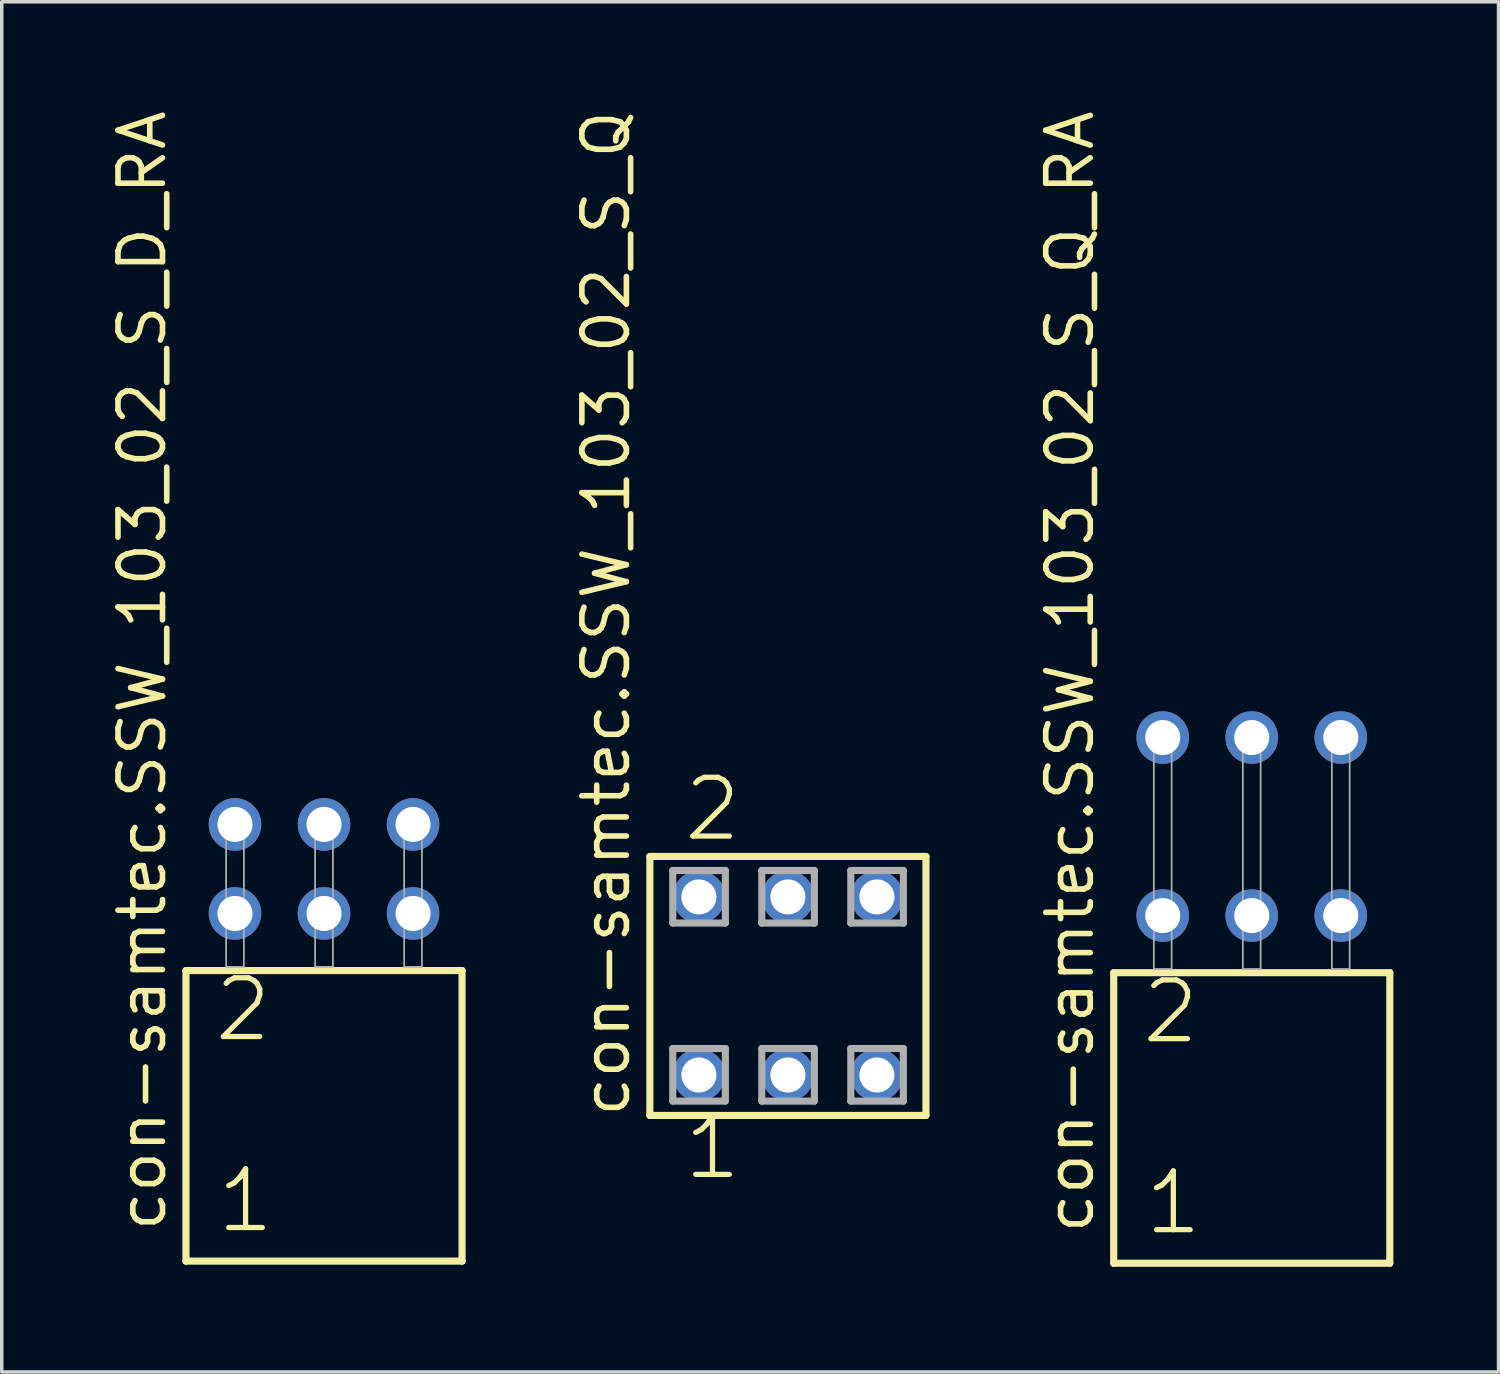
<source format=kicad_pcb>
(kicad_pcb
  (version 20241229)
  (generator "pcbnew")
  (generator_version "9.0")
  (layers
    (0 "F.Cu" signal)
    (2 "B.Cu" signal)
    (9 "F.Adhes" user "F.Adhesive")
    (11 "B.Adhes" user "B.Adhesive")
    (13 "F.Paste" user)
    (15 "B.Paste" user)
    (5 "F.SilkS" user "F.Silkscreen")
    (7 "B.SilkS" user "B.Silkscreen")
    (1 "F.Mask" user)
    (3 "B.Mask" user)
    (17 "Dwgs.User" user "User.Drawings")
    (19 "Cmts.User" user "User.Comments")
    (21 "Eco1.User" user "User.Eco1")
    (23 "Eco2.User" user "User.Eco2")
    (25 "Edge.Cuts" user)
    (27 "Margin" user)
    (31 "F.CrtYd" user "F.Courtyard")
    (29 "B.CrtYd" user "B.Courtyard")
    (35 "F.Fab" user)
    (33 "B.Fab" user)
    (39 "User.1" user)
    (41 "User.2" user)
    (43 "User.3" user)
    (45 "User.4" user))
  (footprint "con-samtec.SSW_103_02_S_D_RA"
    (layer "F.Cu")
    (at 6.195 24.537)
    (property "Reference" "con-samtec.SSW_103_02_S_D_RA" (at -4.445 7.62 90) (layer "F.SilkS") (effects (font (size 1.27 1.27) (thickness 0.16)) (justify left bottom)))
    (attr through_hole)
    (fp_line (start -3.939 0.106) (end -3.939 8.396) (stroke (width 0.203) (type default)) (layer "F.SilkS"))
    (fp_line (start -3.939 8.396) (end 3.939 8.396) (stroke (width 0.203) (type default)) (layer "F.SilkS"))
    (fp_line (start 3.939 0.106) (end -3.939 0.106) (stroke (width 0.203) (type default)) (layer "F.SilkS"))
    (fp_line (start 3.939 8.396) (end 3.939 0.106) (stroke (width 0.203) (type default)) (layer "F.SilkS"))
    (fp_rect (start -2.794 0) (end -2.286 -4.318) (stroke (width 0.05) (type default)) (fill no) (layer "F.Fab"))
    (fp_rect (start -0.254 0) (end 0.254 -4.318) (stroke (width 0.05) (type default)) (fill no) (layer "F.Fab"))
    (fp_rect (start 2.286 0) (end 2.794 -4.318) (stroke (width 0.05) (type default)) (fill no) (layer "F.Fab"))
    (fp_text user "2" (at -3.21 2.2 0) (layer "F.SilkS") (effects (font (size 1.676 1.676) (thickness 0.15)) (justify left bottom)))
    (fp_text user "1" (at -3.135 7.65 0) (layer "F.SilkS") (effects (font (size 1.676 1.676) (thickness 0.15)) (justify left bottom)))
    (pad "1" thru_hole circle (at -2.54 -1.524) (size 1.5 1.5) (drill 1) (layers "*.Cu" "*.Mask"))
    (pad "2" thru_hole circle (at -2.54 -4.064) (size 1.5 1.5) (drill 1) (layers "*.Cu" "*.Mask"))
    (pad "3" thru_hole circle (at 0 -1.524) (size 1.5 1.5) (drill 1) (layers "*.Cu" "*.Mask"))
    (pad "4" thru_hole circle (at 0 -4.064) (size 1.5 1.5) (drill 1) (layers "*.Cu" "*.Mask"))
    (pad "5" thru_hole circle (at 2.54 -1.524) (size 1.5 1.5) (drill 1) (layers "*.Cu" "*.Mask"))
    (pad "6" thru_hole circle (at 2.54 -4.064) (size 1.5 1.5) (drill 1) (layers "*.Cu" "*.Mask")))
  (footprint "con-samtec.SSW_103_02_S_Q_RA"
    (layer "F.Cu")
    (at 32.666 24.598)
    (property "Reference" "con-samtec.SSW_103_02_S_Q_RA" (at -4.445 7.62 90) (layer "F.SilkS") (effects (font (size 1.27 1.27) (thickness 0.16)) (justify left bottom)))
    (attr through_hole)
    (fp_line (start -3.939 0.106) (end -3.939 8.396) (stroke (width 0.203) (type default)) (layer "F.SilkS"))
    (fp_line (start -3.939 8.396) (end 3.939 8.396) (stroke (width 0.203) (type default)) (layer "F.SilkS"))
    (fp_line (start 3.939 0.106) (end -3.939 0.106) (stroke (width 0.203) (type default)) (layer "F.SilkS"))
    (fp_line (start 3.939 8.396) (end 3.939 0.106) (stroke (width 0.203) (type default)) (layer "F.SilkS"))
    (fp_rect (start -2.794 0) (end -2.286 -6.858) (stroke (width 0.05) (type default)) (fill no) (layer "F.Fab"))
    (fp_rect (start -0.254 0) (end 0.254 -6.858) (stroke (width 0.05) (type default)) (fill no) (layer "F.Fab"))
    (fp_rect (start 2.286 0) (end 2.794 -6.858) (stroke (width 0.05) (type default)) (fill no) (layer "F.Fab"))
    (fp_text user "2" (at -3.21 2.2 0) (layer "F.SilkS") (effects (font (size 1.676 1.676) (thickness 0.15)) (justify left bottom)))
    (fp_text user "1" (at -3.135 7.65 0) (layer "F.SilkS") (effects (font (size 1.676 1.676) (thickness 0.15)) (justify left bottom)))
    (pad "1" thru_hole circle (at -2.54 -1.524) (size 1.5 1.5) (drill 1) (layers "*.Cu" "*.Mask"))
    (pad "2" thru_hole circle (at -2.54 -6.604) (size 1.5 1.5) (drill 1) (layers "*.Cu" "*.Mask"))
    (pad "3" thru_hole circle (at 0 -1.524) (size 1.5 1.5) (drill 1) (layers "*.Cu" "*.Mask"))
    (pad "4" thru_hole circle (at 0 -6.604) (size 1.5 1.5) (drill 1) (layers "*.Cu" "*.Mask"))
    (pad "5" thru_hole circle (at 2.54 -1.524) (size 1.5 1.5) (drill 1) (layers "*.Cu" "*.Mask"))
    (pad "6" thru_hole circle (at 2.54 -6.604) (size 1.5 1.5) (drill 1) (layers "*.Cu" "*.Mask")))
  (footprint "con-samtec.SSW_103_02_S_Q"
    (layer "F.Cu")
    (at 19.431 25.082)
    (property "Reference" "con-samtec.SSW_103_02_S_Q" (at -4.445 3.81 90) (layer "F.SilkS") (effects (font (size 1.27 1.27) (thickness 0.16)) (justify left bottom)))
    (attr through_hole)
    (fp_line (start -3.939 -3.695) (end 3.939 -3.695) (stroke (width 0.203) (type default)) (layer "F.SilkS"))
    (fp_line (start -3.939 3.695) (end -3.939 -3.695) (stroke (width 0.203) (type default)) (layer "F.SilkS"))
    (fp_line (start 3.939 -3.695) (end 3.939 3.695) (stroke (width 0.203) (type default)) (layer "F.SilkS"))
    (fp_line (start 3.939 3.695) (end -3.939 3.695) (stroke (width 0.203) (type default)) (layer "F.SilkS"))
    (fp_line (start -3.285 -3.295) (end -1.785 -3.295) (stroke (width 0.203) (type default)) (layer "F.Fab"))
    (fp_line (start -3.285 -1.795) (end -3.285 -3.295) (stroke (width 0.203) (type default)) (layer "F.Fab"))
    (fp_line (start -3.285 1.785) (end -1.785 1.785) (stroke (width 0.203) (type default)) (layer "F.Fab"))
    (fp_line (start -3.285 3.285) (end -3.285 1.785) (stroke (width 0.203) (type default)) (layer "F.Fab"))
    (fp_line (start -1.785 -3.295) (end -1.785 -1.795) (stroke (width 0.203) (type default)) (layer "F.Fab"))
    (fp_line (start -1.785 -1.795) (end -3.285 -1.795) (stroke (width 0.203) (type default)) (layer "F.Fab"))
    (fp_line (start -1.785 1.785) (end -1.785 3.285) (stroke (width 0.203) (type default)) (layer "F.Fab"))
    (fp_line (start -1.785 3.285) (end -3.285 3.285) (stroke (width 0.203) (type default)) (layer "F.Fab"))
    (fp_line (start -0.745 -3.295) (end 0.755 -3.295) (stroke (width 0.203) (type default)) (layer "F.Fab"))
    (fp_line (start -0.745 -1.795) (end -0.745 -3.295) (stroke (width 0.203) (type default)) (layer "F.Fab"))
    (fp_line (start -0.745 1.785) (end 0.755 1.785) (stroke (width 0.203) (type default)) (layer "F.Fab"))
    (fp_line (start -0.745 3.285) (end -0.745 1.785) (stroke (width 0.203) (type default)) (layer "F.Fab"))
    (fp_line (start 0.755 -3.295) (end 0.755 -1.795) (stroke (width 0.203) (type default)) (layer "F.Fab"))
    (fp_line (start 0.755 -1.795) (end -0.745 -1.795) (stroke (width 0.203) (type default)) (layer "F.Fab"))
    (fp_line (start 0.755 1.785) (end 0.755 3.285) (stroke (width 0.203) (type default)) (layer "F.Fab"))
    (fp_line (start 0.755 3.285) (end -0.745 3.285) (stroke (width 0.203) (type default)) (layer "F.Fab"))
    (fp_line (start 1.795 -3.295) (end 3.295 -3.295) (stroke (width 0.203) (type default)) (layer "F.Fab"))
    (fp_line (start 1.795 -1.795) (end 1.795 -3.295) (stroke (width 0.203) (type default)) (layer "F.Fab"))
    (fp_line (start 1.795 1.785) (end 3.295 1.785) (stroke (width 0.203) (type default)) (layer "F.Fab"))
    (fp_line (start 1.795 3.285) (end 1.795 1.785) (stroke (width 0.203) (type default)) (layer "F.Fab"))
    (fp_line (start 3.295 -3.295) (end 3.295 -1.795) (stroke (width 0.203) (type default)) (layer "F.Fab"))
    (fp_line (start 3.295 -1.795) (end 1.795 -1.795) (stroke (width 0.203) (type default)) (layer "F.Fab"))
    (fp_line (start 3.295 1.785) (end 3.295 3.285) (stroke (width 0.203) (type default)) (layer "F.Fab"))
    (fp_line (start 3.295 3.285) (end 1.795 3.285) (stroke (width 0.203) (type default)) (layer "F.Fab"))
    (fp_text user "2" (at -3.048 -4.064 0) (layer "F.SilkS") (effects (font (size 1.676 1.676) (thickness 0.15)) (justify left bottom)))
    (fp_text user "1" (at -3.048 5.588 0) (layer "F.SilkS") (effects (font (size 1.676 1.676) (thickness 0.15)) (justify left bottom)))
    (pad "1" thru_hole circle (at -2.54 2.54) (size 1.5 1.5) (drill 1) (layers "*.Cu" "*.Mask"))
    (pad "2" thru_hole circle (at -2.54 -2.54) (size 1.5 1.5) (drill 1) (layers "*.Cu" "*.Mask"))
    (pad "3" thru_hole circle (at 0 2.54) (size 1.5 1.5) (drill 1) (layers "*.Cu" "*.Mask"))
    (pad "4" thru_hole circle (at 0 -2.54) (size 1.5 1.5) (drill 1) (layers "*.Cu" "*.Mask"))
    (pad "5" thru_hole circle (at 2.54 2.54) (size 1.5 1.5) (drill 1) (layers "*.Cu" "*.Mask"))
    (pad "6" thru_hole circle (at 2.54 -2.54) (size 1.5 1.5) (drill 1) (layers "*.Cu" "*.Mask")))
  (gr_rect
    (start -3 -3)
    (end 39.707 36.096)
    (stroke (width 0.1) (type default))
    (fill no)
    (layer "Edge.Cuts")))
</source>
